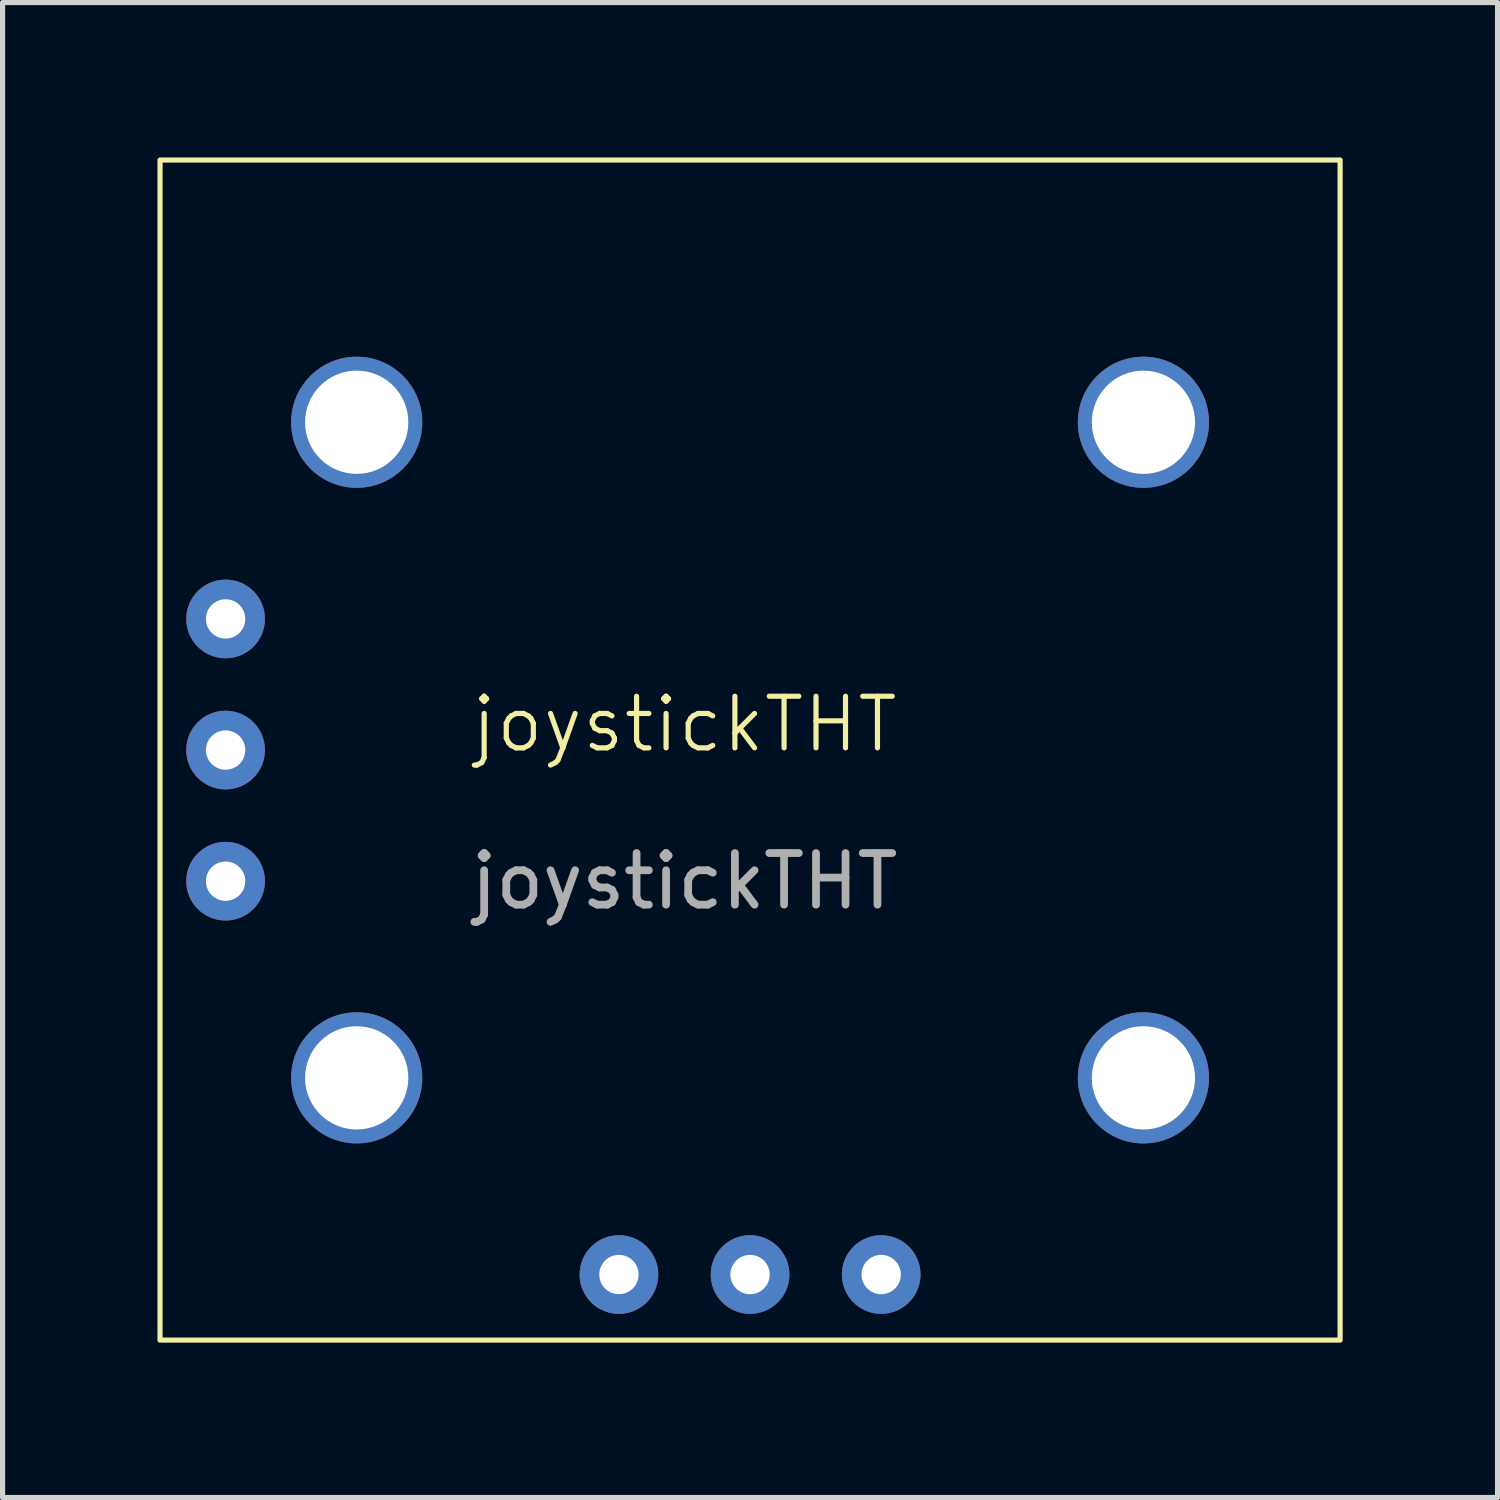
<source format=kicad_pcb>
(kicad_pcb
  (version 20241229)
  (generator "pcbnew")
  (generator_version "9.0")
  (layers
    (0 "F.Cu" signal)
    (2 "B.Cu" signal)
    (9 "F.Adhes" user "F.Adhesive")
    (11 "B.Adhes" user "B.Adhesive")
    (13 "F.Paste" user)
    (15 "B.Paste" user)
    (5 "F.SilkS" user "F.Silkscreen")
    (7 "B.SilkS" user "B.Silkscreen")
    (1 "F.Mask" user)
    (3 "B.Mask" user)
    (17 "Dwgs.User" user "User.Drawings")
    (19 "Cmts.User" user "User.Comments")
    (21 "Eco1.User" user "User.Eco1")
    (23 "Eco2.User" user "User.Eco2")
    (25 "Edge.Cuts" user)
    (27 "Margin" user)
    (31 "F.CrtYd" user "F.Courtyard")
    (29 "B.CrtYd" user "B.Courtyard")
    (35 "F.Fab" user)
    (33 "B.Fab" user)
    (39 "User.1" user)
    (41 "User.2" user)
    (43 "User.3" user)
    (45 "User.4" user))
  (footprint "joystickTHT"
    (layer "F.Cu")
    (at 11.48 11.48)
    (property "Reference" "joystickTHT" (at -1.27 -0.5 0) (unlocked yes) (layer "F.SilkS") (effects (font (size 1 1) (thickness 0.1))))
    (attr through_hole)
    (fp_rect (start -11.43 -11.43) (end 11.43 11.43) (stroke (width 0.1) (type default)) (fill no) (layer "F.SilkS"))
    (fp_text user "${REFERENCE}" (at -1.27 2.54 0) (unlocked yes) (layer "F.Fab") (effects (font (size 1 1) (thickness 0.15))))
    (pad "" np_thru_hole circle (at -7.62 -6.35) (size 2.54 2.54) (drill 2) (layers "*.Cu" "*.Mask"))
    (pad "" np_thru_hole circle (at -7.62 6.35) (size 2.54 2.54) (drill 2) (layers "*.Cu" "*.Mask"))
    (pad "" np_thru_hole circle (at 7.62 -6.35) (size 2.54 2.54) (drill 2) (layers "*.Cu" "*.Mask"))
    (pad "" np_thru_hole circle (at 7.62 6.35) (size 2.54 2.54) (drill 2) (layers "*.Cu" "*.Mask"))
    (pad "1" thru_hole circle (at -10.16 -2.54) (size 1.524 1.524) (drill 0.762) (layers "*.Cu" "*.Mask"))
    (pad "2" thru_hole circle (at -10.16 0) (size 1.524 1.524) (drill 0.762) (layers "*.Cu" "*.Mask"))
    (pad "3" thru_hole circle (at -10.16 2.54) (size 1.524 1.524) (drill 0.762) (layers "*.Cu" "*.Mask"))
    (pad "4" thru_hole circle (at -2.54 10.16) (size 1.524 1.524) (drill 0.762) (layers "*.Cu" "*.Mask"))
    (pad "5" thru_hole circle (at 0 10.16) (size 1.524 1.524) (drill 0.762) (layers "*.Cu" "*.Mask"))
    (pad "6" thru_hole circle (at 2.54 10.16) (size 1.524 1.524) (drill 0.762) (layers "*.Cu" "*.Mask")))
  (gr_rect
    (start -3 -3)
    (end 25.96 25.96)
    (stroke (width 0.1) (type default))
    (fill no)
    (layer "Edge.Cuts")))
</source>
